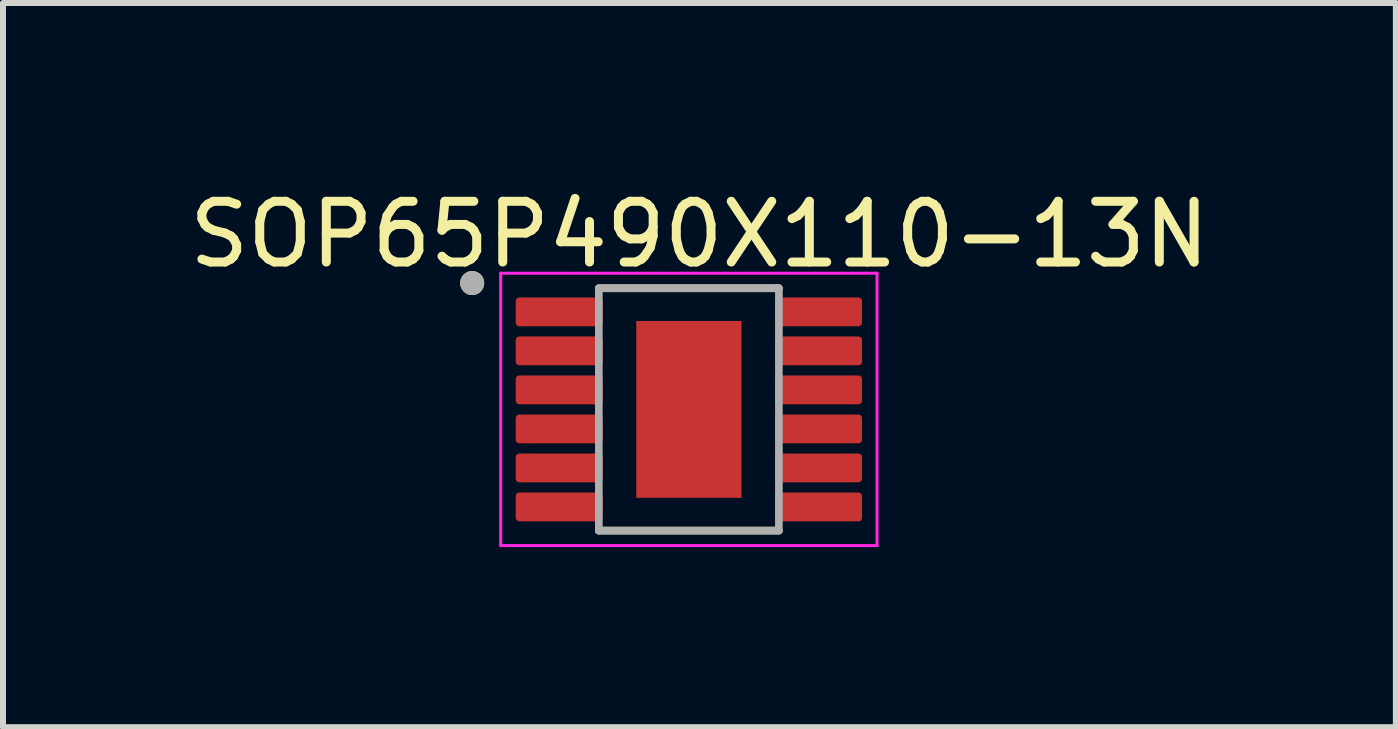
<source format=kicad_pcb>
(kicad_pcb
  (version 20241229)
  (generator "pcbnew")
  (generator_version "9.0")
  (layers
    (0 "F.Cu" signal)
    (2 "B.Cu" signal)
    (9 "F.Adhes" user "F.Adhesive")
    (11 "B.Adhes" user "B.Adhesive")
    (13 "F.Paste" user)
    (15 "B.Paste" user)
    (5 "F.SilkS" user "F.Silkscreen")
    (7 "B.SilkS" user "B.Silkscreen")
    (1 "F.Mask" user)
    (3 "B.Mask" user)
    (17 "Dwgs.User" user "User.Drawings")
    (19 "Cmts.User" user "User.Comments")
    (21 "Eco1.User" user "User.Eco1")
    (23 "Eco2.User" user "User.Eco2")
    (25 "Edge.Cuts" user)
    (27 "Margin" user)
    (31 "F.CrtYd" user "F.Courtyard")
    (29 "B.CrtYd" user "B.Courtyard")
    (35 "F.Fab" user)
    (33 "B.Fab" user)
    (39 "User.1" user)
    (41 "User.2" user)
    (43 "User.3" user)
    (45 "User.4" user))
  (footprint "SOP65P490X110-13N"
    (layer "F.Cu")
    (at 8.427 3.771)
    (property "Reference" "SOP65P490X110-13N" (at 0.176 -2.916 0) (layer "F.SilkS") (effects (font (size 1.012 1.012) (thickness 0.15))))
    (attr smd)
    (fp_line (start -1.5 -2.019) (end 1.5 -2.019) (stroke (width 0.127) (type solid)) (layer "F.SilkS"))
    (fp_line (start -1.5 2.019) (end 1.5 2.019) (stroke (width 0.127) (type solid)) (layer "F.SilkS"))
    (fp_circle (center -3.61 -2.105) (end -3.41 -2.105) (stroke (width 0) (type solid)) (fill yes) (layer "F.SilkS"))
    (fp_poly (pts (xy -0.444 -0.737) (xy 0.438 -0.737) (xy 0.438 0.747) (xy -0.444 0.747)) (stroke (width 0.01) (type solid)) (fill yes) (layer "F.Paste"))
    (fp_line (start -3.135 -2.269) (end -3.135 2.269) (stroke (width 0.05) (type solid)) (layer "F.CrtYd"))
    (fp_line (start -3.135 -2.269) (end 3.135 -2.269) (stroke (width 0.05) (type solid)) (layer "F.CrtYd"))
    (fp_line (start -3.135 2.269) (end 3.135 2.269) (stroke (width 0.05) (type solid)) (layer "F.CrtYd"))
    (fp_line (start 3.135 -2.269) (end 3.135 2.269) (stroke (width 0.05) (type solid)) (layer "F.CrtYd"))
    (fp_line (start -1.5 -2.019) (end -1.5 2.019) (stroke (width 0.127) (type solid)) (layer "F.Fab"))
    (fp_line (start -1.5 -2.019) (end 1.5 -2.019) (stroke (width 0.127) (type solid)) (layer "F.Fab"))
    (fp_line (start -1.5 2.019) (end 1.5 2.019) (stroke (width 0.127) (type solid)) (layer "F.Fab"))
    (fp_line (start 1.5 -2.019) (end 1.5 2.019) (stroke (width 0.127) (type solid)) (layer "F.Fab"))
    (fp_circle (center -3.61 -2.105) (end -3.41 -2.105) (stroke (width 0) (type solid)) (fill yes) (layer "F.Fab"))
    (pad "1" smd roundrect (at -2.16 -1.625) (size 1.45 0.48) (layers "F.Cu" "F.Mask" "F.Paste") (roundrect_rratio 0.125))
    (pad "2" smd roundrect (at -2.16 -0.975) (size 1.45 0.48) (layers "F.Cu" "F.Mask" "F.Paste") (roundrect_rratio 0.125))
    (pad "3" smd roundrect (at -2.16 -0.325) (size 1.45 0.48) (layers "F.Cu" "F.Mask" "F.Paste") (roundrect_rratio 0.125))
    (pad "4" smd roundrect (at -2.16 0.325) (size 1.45 0.48) (layers "F.Cu" "F.Mask" "F.Paste") (roundrect_rratio 0.125))
    (pad "5" smd roundrect (at -2.16 0.975) (size 1.45 0.48) (layers "F.Cu" "F.Mask" "F.Paste") (roundrect_rratio 0.125))
    (pad "6" smd roundrect (at -2.16 1.625) (size 1.45 0.48) (layers "F.Cu" "F.Mask" "F.Paste") (roundrect_rratio 0.125))
    (pad "7" smd roundrect (at 2.16 1.625) (size 1.45 0.48) (layers "F.Cu" "F.Mask" "F.Paste") (roundrect_rratio 0.125))
    (pad "8" smd roundrect (at 2.16 0.975) (size 1.45 0.48) (layers "F.Cu" "F.Mask" "F.Paste") (roundrect_rratio 0.125))
    (pad "9" smd roundrect (at 2.16 0.325) (size 1.45 0.48) (layers "F.Cu" "F.Mask" "F.Paste") (roundrect_rratio 0.125))
    (pad "10" smd roundrect (at 2.16 -0.325) (size 1.45 0.48) (layers "F.Cu" "F.Mask" "F.Paste") (roundrect_rratio 0.125))
    (pad "11" smd roundrect (at 2.16 -0.975) (size 1.45 0.48) (layers "F.Cu" "F.Mask" "F.Paste") (roundrect_rratio 0.125))
    (pad "12" smd roundrect (at 2.16 -1.625) (size 1.45 0.48) (layers "F.Cu" "F.Mask" "F.Paste") (roundrect_rratio 0.125))
    (pad "13" smd rect (at 0 0) (size 1.753 2.947) (layers "F.Cu" "F.Mask")))
  (gr_rect
    (start -3 -3)
    (end 20.206 9.066)
    (stroke (width 0.1) (type default))
    (fill no)
    (layer "Edge.Cuts")))
</source>
